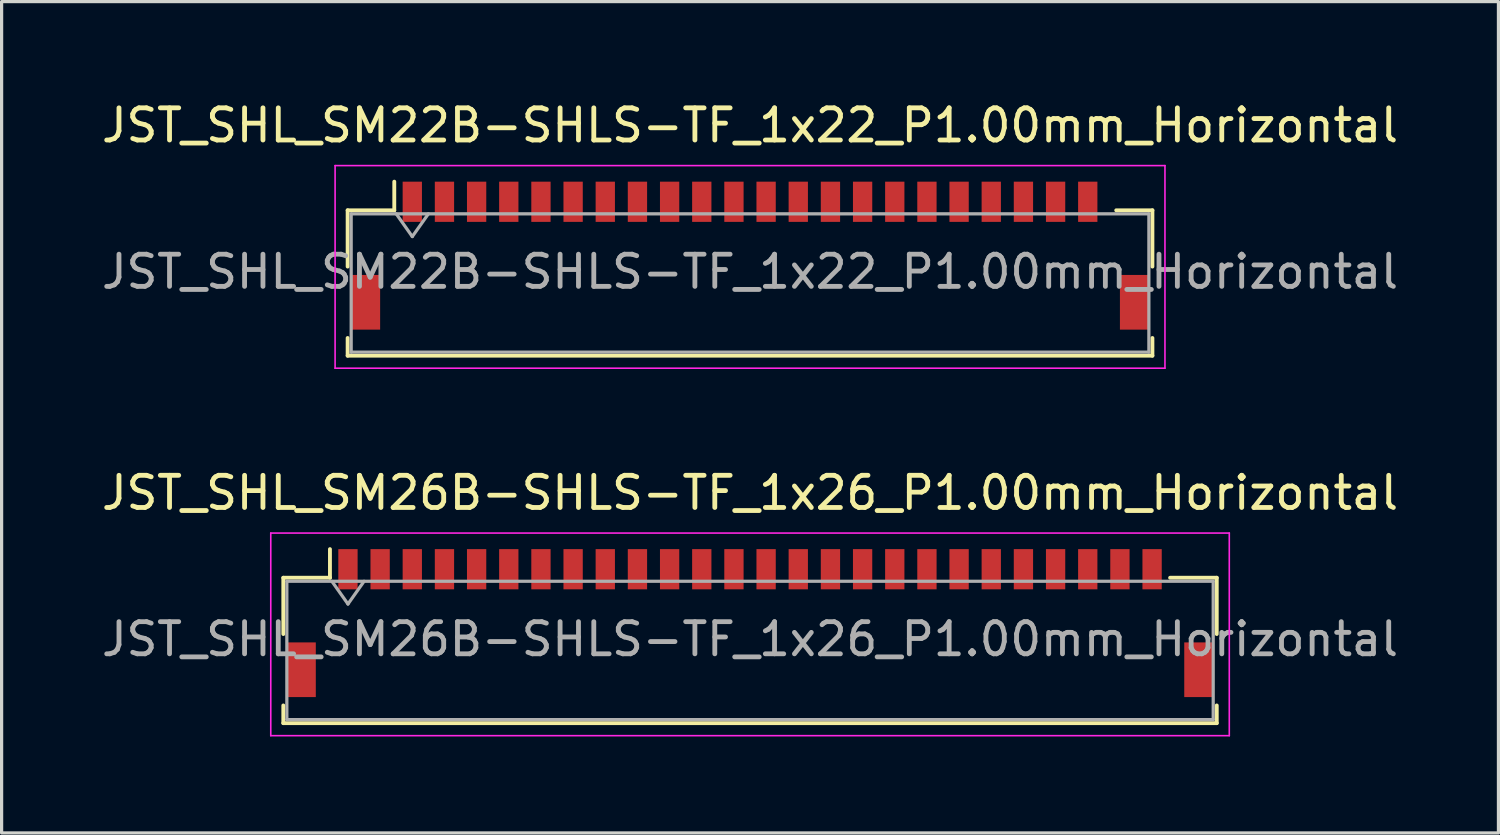
<source format=kicad_pcb>
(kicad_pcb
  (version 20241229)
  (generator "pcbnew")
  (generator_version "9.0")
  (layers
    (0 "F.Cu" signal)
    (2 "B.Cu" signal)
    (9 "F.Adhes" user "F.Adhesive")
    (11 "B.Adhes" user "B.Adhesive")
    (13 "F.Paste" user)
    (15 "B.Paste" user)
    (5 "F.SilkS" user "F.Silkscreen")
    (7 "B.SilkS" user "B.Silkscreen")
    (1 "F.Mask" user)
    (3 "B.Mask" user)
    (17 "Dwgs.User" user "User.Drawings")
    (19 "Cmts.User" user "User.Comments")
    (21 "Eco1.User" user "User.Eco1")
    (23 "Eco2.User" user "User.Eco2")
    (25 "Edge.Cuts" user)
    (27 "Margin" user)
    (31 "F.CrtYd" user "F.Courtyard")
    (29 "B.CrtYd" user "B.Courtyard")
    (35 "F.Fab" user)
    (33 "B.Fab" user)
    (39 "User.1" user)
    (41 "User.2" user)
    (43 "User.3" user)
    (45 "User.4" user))
  (footprint "JST_SHL_SM22B-SHLS-TF_1x22_P1.00mm_Horizontal"
    (layer "F.Cu")
    (at 20.268 4.898)
    (property "Reference" "JST_SHL_SM22B-SHLS-TF_1x22_P1.00mm_Horizontal" (at 0 -4.05 0) (layer "F.SilkS") (effects (font (size 1 1) (thickness 0.15))))
    (attr smd)
    (fp_line (start -12.51 -1.41) (end -11.06 -1.41) (stroke (width 0.12) (type solid)) (layer "F.SilkS"))
    (fp_line (start -12.51 0.34) (end -12.51 -1.41) (stroke (width 0.12) (type solid)) (layer "F.SilkS"))
    (fp_line (start -12.51 2.56) (end -12.51 3.11) (stroke (width 0.12) (type solid)) (layer "F.SilkS"))
    (fp_line (start -12.51 3.11) (end 12.51 3.11) (stroke (width 0.12) (type solid)) (layer "F.SilkS"))
    (fp_line (start -11.06 -1.41) (end -11.06 -2.3) (stroke (width 0.12) (type solid)) (layer "F.SilkS"))
    (fp_line (start 12.51 -1.41) (end 11.385 -1.41) (stroke (width 0.12) (type solid)) (layer "F.SilkS"))
    (fp_line (start 12.51 0.34) (end 12.51 -1.41) (stroke (width 0.12) (type solid)) (layer "F.SilkS"))
    (fp_line (start 12.51 3.11) (end 12.51 2.56) (stroke (width 0.12) (type solid)) (layer "F.SilkS"))
    (fp_line (start -12.9 -2.8) (end -12.9 3.5) (stroke (width 0.05) (type solid)) (layer "F.CrtYd"))
    (fp_line (start -12.9 3.5) (end 12.9 3.5) (stroke (width 0.05) (type solid)) (layer "F.CrtYd"))
    (fp_line (start 12.9 -2.8) (end -12.9 -2.8) (stroke (width 0.05) (type solid)) (layer "F.CrtYd"))
    (fp_line (start 12.9 3.5) (end 12.9 -2.8) (stroke (width 0.05) (type solid)) (layer "F.CrtYd"))
    (fp_line (start -12.4 -1.3) (end -12.4 3) (stroke (width 0.1) (type solid)) (layer "F.Fab"))
    (fp_line (start -12.4 3) (end 12.4 3) (stroke (width 0.1) (type solid)) (layer "F.Fab"))
    (fp_line (start -11 -1.3) (end -10.5 -0.593) (stroke (width 0.1) (type solid)) (layer "F.Fab"))
    (fp_line (start -10.5 -0.593) (end -10 -1.3) (stroke (width 0.1) (type solid)) (layer "F.Fab"))
    (fp_line (start 12.4 -1.3) (end -12.4 -1.3) (stroke (width 0.1) (type solid)) (layer "F.Fab"))
    (fp_line (start 12.4 3) (end 12.4 -1.3) (stroke (width 0.1) (type solid)) (layer "F.Fab"))
    (fp_text user "${REFERENCE}" (at 0 0.5 0) (layer "F.Fab") (effects (font (size 1 1) (thickness 0.15))))
    (pad "" smd rect (at -11.95 1.45) (size 0.9 1.7) (layers "F.Cu" "F.Mask" "F.Paste"))
    (pad "" smd rect (at 11.95 1.45) (size 0.9 1.7) (layers "F.Cu" "F.Mask" "F.Paste"))
    (pad "1" smd rect (at -10.5 -1.675) (size 0.6 1.25) (layers "F.Cu" "F.Mask" "F.Paste"))
    (pad "2" smd rect (at -9.5 -1.675) (size 0.6 1.25) (layers "F.Cu" "F.Mask" "F.Paste"))
    (pad "3" smd rect (at -8.5 -1.675) (size 0.6 1.25) (layers "F.Cu" "F.Mask" "F.Paste"))
    (pad "4" smd rect (at -7.5 -1.675) (size 0.6 1.25) (layers "F.Cu" "F.Mask" "F.Paste"))
    (pad "5" smd rect (at -6.5 -1.675) (size 0.6 1.25) (layers "F.Cu" "F.Mask" "F.Paste"))
    (pad "6" smd rect (at -5.5 -1.675) (size 0.6 1.25) (layers "F.Cu" "F.Mask" "F.Paste"))
    (pad "7" smd rect (at -4.5 -1.675) (size 0.6 1.25) (layers "F.Cu" "F.Mask" "F.Paste"))
    (pad "8" smd rect (at -3.5 -1.675) (size 0.6 1.25) (layers "F.Cu" "F.Mask" "F.Paste"))
    (pad "9" smd rect (at -2.5 -1.675) (size 0.6 1.25) (layers "F.Cu" "F.Mask" "F.Paste"))
    (pad "10" smd rect (at -1.5 -1.675) (size 0.6 1.25) (layers "F.Cu" "F.Mask" "F.Paste"))
    (pad "11" smd rect (at -0.5 -1.675) (size 0.6 1.25) (layers "F.Cu" "F.Mask" "F.Paste"))
    (pad "12" smd rect (at 0.5 -1.675) (size 0.6 1.25) (layers "F.Cu" "F.Mask" "F.Paste"))
    (pad "13" smd rect (at 1.5 -1.675) (size 0.6 1.25) (layers "F.Cu" "F.Mask" "F.Paste"))
    (pad "14" smd rect (at 2.5 -1.675) (size 0.6 1.25) (layers "F.Cu" "F.Mask" "F.Paste"))
    (pad "15" smd rect (at 3.5 -1.675) (size 0.6 1.25) (layers "F.Cu" "F.Mask" "F.Paste"))
    (pad "16" smd rect (at 4.5 -1.675) (size 0.6 1.25) (layers "F.Cu" "F.Mask" "F.Paste"))
    (pad "17" smd rect (at 5.5 -1.675) (size 0.6 1.25) (layers "F.Cu" "F.Mask" "F.Paste"))
    (pad "18" smd rect (at 6.5 -1.675) (size 0.6 1.25) (layers "F.Cu" "F.Mask" "F.Paste"))
    (pad "19" smd rect (at 7.5 -1.675) (size 0.6 1.25) (layers "F.Cu" "F.Mask" "F.Paste"))
    (pad "20" smd rect (at 8.5 -1.675) (size 0.6 1.25) (layers "F.Cu" "F.Mask" "F.Paste"))
    (pad "21" smd rect (at 9.5 -1.675) (size 0.6 1.25) (layers "F.Cu" "F.Mask" "F.Paste"))
    (pad "22" smd rect (at 10.5 -1.675) (size 0.6 1.25) (layers "F.Cu" "F.Mask" "F.Paste")))
  (footprint "JST_SHL_SM26B-SHLS-TF_1x26_P1.00mm_Horizontal"
    (layer "F.Cu")
    (at 20.268 16.322)
    (property "Reference" "JST_SHL_SM26B-SHLS-TF_1x26_P1.00mm_Horizontal" (at 0 -4.05 0) (layer "F.SilkS") (effects (font (size 1 1) (thickness 0.15))))
    (attr smd)
    (fp_line (start -14.51 -1.41) (end -13.06 -1.41) (stroke (width 0.12) (type solid)) (layer "F.SilkS"))
    (fp_line (start -14.51 0.34) (end -14.51 -1.41) (stroke (width 0.12) (type solid)) (layer "F.SilkS"))
    (fp_line (start -14.51 2.56) (end -14.51 3.11) (stroke (width 0.12) (type solid)) (layer "F.SilkS"))
    (fp_line (start -14.51 3.11) (end 14.51 3.11) (stroke (width 0.12) (type solid)) (layer "F.SilkS"))
    (fp_line (start -13.06 -1.41) (end -13.06 -2.3) (stroke (width 0.12) (type solid)) (layer "F.SilkS"))
    (fp_line (start 14.51 -1.41) (end 13.06 -1.41) (stroke (width 0.12) (type solid)) (layer "F.SilkS"))
    (fp_line (start 14.51 0.34) (end 14.51 -1.41) (stroke (width 0.12) (type solid)) (layer "F.SilkS"))
    (fp_line (start 14.51 3.11) (end 14.51 2.56) (stroke (width 0.12) (type solid)) (layer "F.SilkS"))
    (fp_line (start -14.9 -2.8) (end -14.9 3.5) (stroke (width 0.05) (type solid)) (layer "F.CrtYd"))
    (fp_line (start -14.9 3.5) (end 14.9 3.5) (stroke (width 0.05) (type solid)) (layer "F.CrtYd"))
    (fp_line (start 14.9 -2.8) (end -14.9 -2.8) (stroke (width 0.05) (type solid)) (layer "F.CrtYd"))
    (fp_line (start 14.9 3.5) (end 14.9 -2.8) (stroke (width 0.05) (type solid)) (layer "F.CrtYd"))
    (fp_line (start -14.4 -1.3) (end -14.4 3) (stroke (width 0.1) (type solid)) (layer "F.Fab"))
    (fp_line (start -14.4 -1.3) (end 14.4 -1.3) (stroke (width 0.1) (type solid)) (layer "F.Fab"))
    (fp_line (start -14.4 3) (end 14.4 3) (stroke (width 0.1) (type solid)) (layer "F.Fab"))
    (fp_line (start -13 -1.3) (end -12.5 -0.593) (stroke (width 0.1) (type solid)) (layer "F.Fab"))
    (fp_line (start -12.5 -0.593) (end -12 -1.3) (stroke (width 0.1) (type solid)) (layer "F.Fab"))
    (fp_line (start 14.4 -1.3) (end 14.4 3) (stroke (width 0.1) (type solid)) (layer "F.Fab"))
    (fp_text user "${REFERENCE}" (at 0 0.5 0) (layer "F.Fab") (effects (font (size 1 1) (thickness 0.15))))
    (pad "" smd rect (at -13.95 1.45) (size 0.9 1.7) (layers "F.Cu" "F.Mask" "F.Paste"))
    (pad "" smd rect (at 13.95 1.45) (size 0.9 1.7) (layers "F.Cu" "F.Mask" "F.Paste"))
    (pad "1" smd rect (at -12.5 -1.675) (size 0.6 1.25) (layers "F.Cu" "F.Mask" "F.Paste"))
    (pad "2" smd rect (at -11.5 -1.675) (size 0.6 1.25) (layers "F.Cu" "F.Mask" "F.Paste"))
    (pad "3" smd rect (at -10.5 -1.675) (size 0.6 1.25) (layers "F.Cu" "F.Mask" "F.Paste"))
    (pad "4" smd rect (at -9.5 -1.675) (size 0.6 1.25) (layers "F.Cu" "F.Mask" "F.Paste"))
    (pad "5" smd rect (at -8.5 -1.675) (size 0.6 1.25) (layers "F.Cu" "F.Mask" "F.Paste"))
    (pad "6" smd rect (at -7.5 -1.675) (size 0.6 1.25) (layers "F.Cu" "F.Mask" "F.Paste"))
    (pad "7" smd rect (at -6.5 -1.675) (size 0.6 1.25) (layers "F.Cu" "F.Mask" "F.Paste"))
    (pad "8" smd rect (at -5.5 -1.675) (size 0.6 1.25) (layers "F.Cu" "F.Mask" "F.Paste"))
    (pad "9" smd rect (at -4.5 -1.675) (size 0.6 1.25) (layers "F.Cu" "F.Mask" "F.Paste"))
    (pad "10" smd rect (at -3.5 -1.675) (size 0.6 1.25) (layers "F.Cu" "F.Mask" "F.Paste"))
    (pad "11" smd rect (at -2.5 -1.675) (size 0.6 1.25) (layers "F.Cu" "F.Mask" "F.Paste"))
    (pad "12" smd rect (at -1.5 -1.675) (size 0.6 1.25) (layers "F.Cu" "F.Mask" "F.Paste"))
    (pad "13" smd rect (at -0.5 -1.675) (size 0.6 1.25) (layers "F.Cu" "F.Mask" "F.Paste"))
    (pad "14" smd rect (at 0.5 -1.675) (size 0.6 1.25) (layers "F.Cu" "F.Mask" "F.Paste"))
    (pad "15" smd rect (at 1.5 -1.675) (size 0.6 1.25) (layers "F.Cu" "F.Mask" "F.Paste"))
    (pad "16" smd rect (at 2.5 -1.675) (size 0.6 1.25) (layers "F.Cu" "F.Mask" "F.Paste"))
    (pad "17" smd rect (at 3.5 -1.675) (size 0.6 1.25) (layers "F.Cu" "F.Mask" "F.Paste"))
    (pad "18" smd rect (at 4.5 -1.675) (size 0.6 1.25) (layers "F.Cu" "F.Mask" "F.Paste"))
    (pad "19" smd rect (at 5.5 -1.675) (size 0.6 1.25) (layers "F.Cu" "F.Mask" "F.Paste"))
    (pad "20" smd rect (at 6.5 -1.675) (size 0.6 1.25) (layers "F.Cu" "F.Mask" "F.Paste"))
    (pad "21" smd rect (at 7.5 -1.675) (size 0.6 1.25) (layers "F.Cu" "F.Mask" "F.Paste"))
    (pad "22" smd rect (at 8.5 -1.675) (size 0.6 1.25) (layers "F.Cu" "F.Mask" "F.Paste"))
    (pad "23" smd rect (at 9.5 -1.675) (size 0.6 1.25) (layers "F.Cu" "F.Mask" "F.Paste"))
    (pad "24" smd rect (at 10.5 -1.675) (size 0.6 1.25) (layers "F.Cu" "F.Mask" "F.Paste"))
    (pad "25" smd rect (at 11.5 -1.675) (size 0.6 1.25) (layers "F.Cu" "F.Mask" "F.Paste"))
    (pad "26" smd rect (at 12.5 -1.675) (size 0.6 1.25) (layers "F.Cu" "F.Mask" "F.Paste")))
  (gr_rect
    (start -3 -3)
    (end 43.536 22.846)
    (stroke (width 0.1) (type default))
    (fill no)
    (layer "Edge.Cuts")))
</source>
